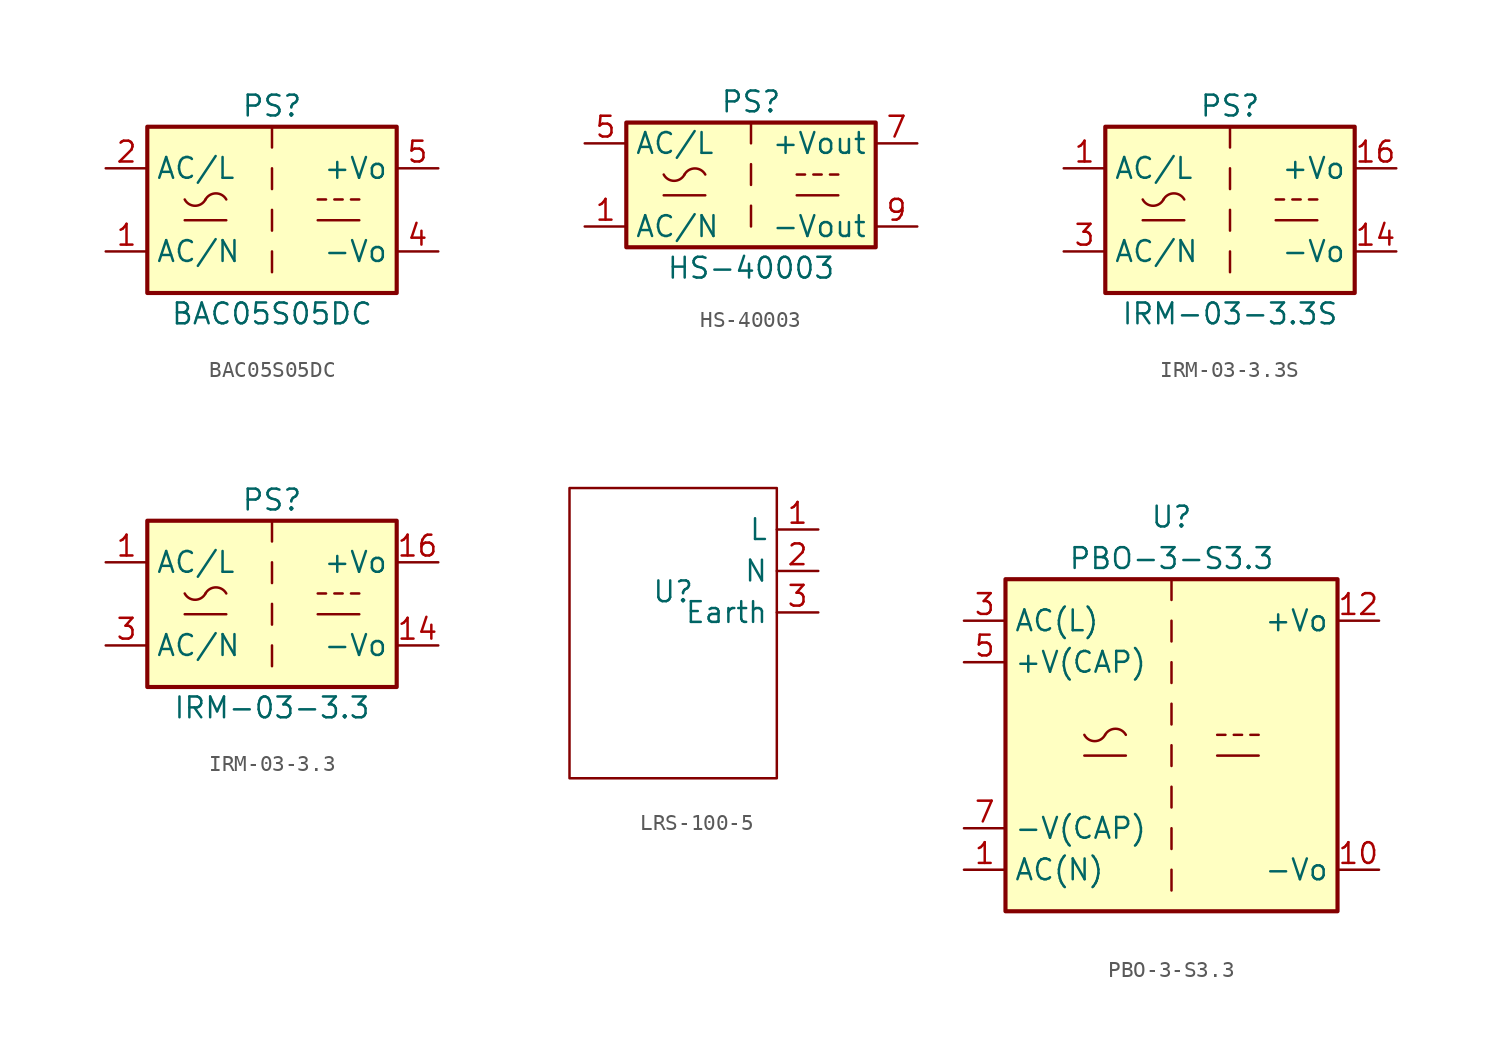
<source format=kicad_sym>
(kicad_symbol_lib
  (version 20220914)
  (generator kicad_symbol_editor)
  (symbol "BAC05S05DC"
    (property "Reference" "PS"
      (at 0 6.35 0)
      (effects (font (size 1.27 1.27))))
    (property "Value" "BAC05S05DC"
      (at 0 -6.35 0)
      (effects (font (size 1.27 1.27))))
    (symbol "BAC05S05DC_0_1"
      (rectangle (start -7.62 5.08) (end 7.62 -5.08) (stroke (width 0.254) (type default)) (fill (type background)))
      (arc (start -5.334 0.635) (mid -4.699 0.2495) (end -4.064 0.635) (stroke (width 0) (type default)) (fill (type none)))
      (arc (start -2.794 0.635) (mid -3.429 1.0072) (end -4.064 0.635) (stroke (width 0) (type default)) (fill (type none)))
      (polyline (pts (xy -5.334 -0.635) (xy -2.794 -0.635)) (stroke (width 0) (type default)) (fill (type none)))
      (polyline (pts (xy 0 -2.54) (xy 0 -3.81)) (stroke (width 0) (type default)) (fill (type none)))
      (polyline (pts (xy 0 0) (xy 0 -1.27)) (stroke (width 0) (type default)) (fill (type none)))
      (polyline (pts (xy 0 2.54) (xy 0 1.27)) (stroke (width 0) (type default)) (fill (type none)))
      (polyline (pts (xy 0 5.08) (xy 0 3.81)) (stroke (width 0) (type default)) (fill (type none)))
      (polyline (pts (xy 2.794 -0.635) (xy 5.334 -0.635)) (stroke (width 0) (type default)) (fill (type none)))
      (polyline (pts (xy 2.794 0.635) (xy 3.302 0.635)) (stroke (width 0) (type default)) (fill (type none)))
      (polyline (pts (xy 3.81 0.635) (xy 4.318 0.635)) (stroke (width 0) (type default)) (fill (type none)))
      (polyline (pts (xy 4.826 0.635) (xy 5.334 0.635)) (stroke (width 0) (type default)) (fill (type none))))
    (symbol "BAC05S05DC_1_1"
      (pin power_in line (at -10.16 -2.54 0) (length 2.54) (name "AC/N" (effects (font (size 1.27 1.27)))) (number "1" (effects (font (size 1.27 1.27)))))
      (pin power_in line (at -10.16 2.54 0) (length 2.54) (name "AC/L" (effects (font (size 1.27 1.27)))) (number "2" (effects (font (size 1.27 1.27)))))
      (pin no_connect line (at 7.62 0 180) (length 2.54) hide (name "NC" (effects (font (size 1.27 1.27)))) (number "3" (effects (font (size 1.27 1.27)))))
      (pin power_out line (at 10.16 -2.54 180) (length 2.54) (name "-Vo" (effects (font (size 1.27 1.27)))) (number "4" (effects (font (size 1.27 1.27)))))
      (pin power_out line (at 10.16 2.54 180) (length 2.54) (name "+Vo" (effects (font (size 1.27 1.27)))) (number "5" (effects (font (size 1.27 1.27)))))))
  (symbol "HS-40003"
    (property "Reference" "PS"
      (at 0 5.08 0)
      (effects (font (size 1.27 1.27))))
    (property "Value" "HS-40003"
      (at 0 -5.08 0)
      (effects (font (size 1.27 1.27))))
    (symbol "HS-40003_0_1"
      (rectangle (start -7.62 3.81) (end 7.62 -3.81) (stroke (width 0.254) (type default)) (fill (type background)))
      (arc (start -5.334 0.635) (mid -4.699 0.2495) (end -4.064 0.635) (stroke (width 0) (type default)) (fill (type none)))
      (arc (start -2.794 0.635) (mid -3.429 1.0072) (end -4.064 0.635) (stroke (width 0) (type default)) (fill (type none)))
      (polyline (pts (xy -5.334 -0.635) (xy -2.794 -0.635)) (stroke (width 0) (type default)) (fill (type none)))
      (polyline (pts (xy 2.794 -0.635) (xy 5.334 -0.635)) (stroke (width 0) (type default)) (fill (type none)))
      (polyline (pts (xy 2.794 0.635) (xy 3.302 0.635)) (stroke (width 0) (type default)) (fill (type none)))
      (polyline (pts (xy 3.81 0.635) (xy 4.318 0.635)) (stroke (width 0) (type default)) (fill (type none)))
      (polyline (pts (xy 4.826 0.635) (xy 5.334 0.635)) (stroke (width 0) (type default)) (fill (type none))))
    (symbol "HS-40003_1_1"
      (polyline (pts (xy 0 -1.27) (xy 0 -2.54)) (stroke (width 0) (type default)) (fill (type none)))
      (polyline (pts (xy 0 1.27) (xy 0 0)) (stroke (width 0) (type default)) (fill (type none)))
      (polyline (pts (xy 0 3.81) (xy 0 2.54)) (stroke (width 0) (type default)) (fill (type none)))
      (pin power_in line (at -10.16 -2.54 0) (length 2.54) (name "AC/N" (effects (font (size 1.27 1.27)))) (number "1" (effects (font (size 1.27 1.27)))))
      (pin power_in line (at -10.16 2.54 0) (length 2.54) (name "AC/L" (effects (font (size 1.27 1.27)))) (number "5" (effects (font (size 1.27 1.27)))))
      (pin power_out line (at 10.16 2.54 180) (length 2.54) (name "+Vout" (effects (font (size 1.27 1.27)))) (number "7" (effects (font (size 1.27 1.27)))))
      (pin power_out line (at 10.16 -2.54 180) (length 2.54) (name "-Vout" (effects (font (size 1.27 1.27)))) (number "9" (effects (font (size 1.27 1.27)))))))
  (symbol "IRM-03-3.3S"
    (property "Reference" "PS"
      (at 0 6.35 0)
      (effects (font (size 1.27 1.27))))
    (property "Value" "IRM-03-3.3S"
      (at 0 -6.35 0)
      (effects (font (size 1.27 1.27))))
    (symbol "IRM-03-3.3S_0_1"
      (rectangle (start -7.62 5.08) (end 7.62 -5.08) (stroke (width 0.254) (type default)) (fill (type background)))
      (arc (start -5.334 0.635) (mid -4.699 0.2495) (end -4.064 0.635) (stroke (width 0) (type default)) (fill (type none)))
      (arc (start -2.794 0.635) (mid -3.429 1.0072) (end -4.064 0.635) (stroke (width 0) (type default)) (fill (type none)))
      (polyline (pts (xy -5.334 -0.635) (xy -2.794 -0.635)) (stroke (width 0) (type default)) (fill (type none)))
      (polyline (pts (xy 0 -2.54) (xy 0 -3.81)) (stroke (width 0) (type default)) (fill (type none)))
      (polyline (pts (xy 0 0) (xy 0 -1.27)) (stroke (width 0) (type default)) (fill (type none)))
      (polyline (pts (xy 0 2.54) (xy 0 1.27)) (stroke (width 0) (type default)) (fill (type none)))
      (polyline (pts (xy 0 5.08) (xy 0 3.81)) (stroke (width 0) (type default)) (fill (type none)))
      (polyline (pts (xy 2.794 -0.635) (xy 5.334 -0.635)) (stroke (width 0) (type default)) (fill (type none)))
      (polyline (pts (xy 2.794 0.635) (xy 3.302 0.635)) (stroke (width 0) (type default)) (fill (type none)))
      (polyline (pts (xy 3.81 0.635) (xy 4.318 0.635)) (stroke (width 0) (type default)) (fill (type none)))
      (polyline (pts (xy 4.826 0.635) (xy 5.334 0.635)) (stroke (width 0) (type default)) (fill (type none))))
    (symbol "IRM-03-3.3S_1_1"
      (pin power_in line (at -10.16 2.54 0) (length 2.54) (name "AC/L" (effects (font (size 1.27 1.27)))) (number "1" (effects (font (size 1.27 1.27)))))
      (pin power_out line (at 10.16 -2.54 180) (length 2.54) (name "-Vo" (effects (font (size 1.27 1.27)))) (number "14" (effects (font (size 1.27 1.27)))))
      (pin power_out line (at 10.16 2.54 180) (length 2.54) (name "+Vo" (effects (font (size 1.27 1.27)))) (number "16" (effects (font (size 1.27 1.27)))))
      (pin power_in line (at -10.16 -2.54 0) (length 2.54) (name "AC/N" (effects (font (size 1.27 1.27)))) (number "3" (effects (font (size 1.27 1.27)))))))
  (symbol "IRM-03-3.3"
    (property "Reference" "PS"
      (at 0 6.35 0)
      (effects (font (size 1.27 1.27))))
    (property "Value" "IRM-03-3.3"
      (at 0 -6.35 0)
      (effects (font (size 1.27 1.27))))
    (symbol "IRM-03-3.3_0_1"
      (rectangle (start -7.62 5.08) (end 7.62 -5.08) (stroke (width 0.254) (type default)) (fill (type background)))
      (arc (start -5.334 0.635) (mid -4.699 0.2495) (end -4.064 0.635) (stroke (width 0) (type default)) (fill (type none)))
      (arc (start -2.794 0.635) (mid -3.429 1.0072) (end -4.064 0.635) (stroke (width 0) (type default)) (fill (type none)))
      (polyline (pts (xy -5.334 -0.635) (xy -2.794 -0.635)) (stroke (width 0) (type default)) (fill (type none)))
      (polyline (pts (xy 0 -2.54) (xy 0 -3.81)) (stroke (width 0) (type default)) (fill (type none)))
      (polyline (pts (xy 0 0) (xy 0 -1.27)) (stroke (width 0) (type default)) (fill (type none)))
      (polyline (pts (xy 0 2.54) (xy 0 1.27)) (stroke (width 0) (type default)) (fill (type none)))
      (polyline (pts (xy 0 5.08) (xy 0 3.81)) (stroke (width 0) (type default)) (fill (type none)))
      (polyline (pts (xy 2.794 -0.635) (xy 5.334 -0.635)) (stroke (width 0) (type default)) (fill (type none)))
      (polyline (pts (xy 2.794 0.635) (xy 3.302 0.635)) (stroke (width 0) (type default)) (fill (type none)))
      (polyline (pts (xy 3.81 0.635) (xy 4.318 0.635)) (stroke (width 0) (type default)) (fill (type none)))
      (polyline (pts (xy 4.826 0.635) (xy 5.334 0.635)) (stroke (width 0) (type default)) (fill (type none))))
    (symbol "IRM-03-3.3_1_1"
      (pin power_in line (at -10.16 2.54 0) (length 2.54) (name "AC/L" (effects (font (size 1.27 1.27)))) (number "1" (effects (font (size 1.27 1.27)))))
      (pin power_out line (at 10.16 -2.54 180) (length 2.54) (name "-Vo" (effects (font (size 1.27 1.27)))) (number "14" (effects (font (size 1.27 1.27)))))
      (pin power_out line (at 10.16 2.54 180) (length 2.54) (name "+Vo" (effects (font (size 1.27 1.27)))) (number "16" (effects (font (size 1.27 1.27)))))
      (pin power_in line (at -10.16 -2.54 0) (length 2.54) (name "AC/N" (effects (font (size 1.27 1.27)))) (number "3" (effects (font (size 1.27 1.27)))))
      (pin no_connect line (at -7.62 0 0) (length 2.54) hide (name "NC" (effects (font (size 1.27 1.27)))) (number "5" (effects (font (size 1.27 1.27)))))))
  (symbol "LRS-100-5"
    (property "Reference" "U"
      (at 0 0 0)
      (effects (font (size 1.27 1.27))))
    (property "Value" ""
      (at 0 0 0)
      (effects (font (size 1.27 1.27))))
    (symbol "LRS-100-5_0_1"
      (rectangle (start -6.35 6.35) (end 6.35 -11.43) (stroke (width 0) (type default)) (fill (type none))))
    (symbol "LRS-100-5_1_1"
      (pin input line (at 8.89 3.81 180) (length 2.54) (name "L" (effects (font (size 1.27 1.27)))) (number "1" (effects (font (size 1.27 1.27)))))
      (pin input line (at 8.89 1.27 180) (length 2.54) (name "N" (effects (font (size 1.27 1.27)))) (number "2" (effects (font (size 1.27 1.27)))))
      (pin input line (at 8.89 -1.27 180) (length 2.54) (name "Earth" (effects (font (size 1.27 1.27)))) (number "3" (effects (font (size 1.27 1.27)))))))
  (symbol "PBO-3-S3.3"
    (property "Reference" "U"
      (at 0 13.97 0)
      (effects (font (size 1.27 1.27))))
    (property "Value" "PBO-3-S3.3"
      (at 0 11.43 0)
      (effects (font (size 1.27 1.27))))
    (symbol "PBO-3-S3.3_1_1"
      (rectangle (start -10.16 10.16) (end 10.16 -10.16) (stroke (width 0.254) (type default)) (fill (type background)))
      (arc (start -5.334 0.635) (mid -4.699 0.2495) (end -4.064 0.635) (stroke (width 0) (type default)) (fill (type none)))
      (arc (start -2.794 0.635) (mid -3.429 1.0072) (end -4.064 0.635) (stroke (width 0) (type default)) (fill (type none)))
      (polyline (pts (xy -5.334 -0.635) (xy -2.794 -0.635)) (stroke (width 0) (type default)) (fill (type none)))
      (polyline (pts (xy 0 -7.62) (xy 0 -8.89)) (stroke (width 0) (type default)) (fill (type none)))
      (polyline (pts (xy 0 -5.08) (xy 0 -6.35)) (stroke (width 0) (type default)) (fill (type none)))
      (polyline (pts (xy 0 -2.54) (xy 0 -3.81)) (stroke (width 0) (type default)) (fill (type none)))
      (polyline (pts (xy 0 0) (xy 0 -1.27)) (stroke (width 0) (type default)) (fill (type none)))
      (polyline (pts (xy 0 2.54) (xy 0 1.27)) (stroke (width 0) (type default)) (fill (type none)))
      (polyline (pts (xy 0 5.08) (xy 0 3.81)) (stroke (width 0) (type default)) (fill (type none)))
      (polyline (pts (xy 0 7.62) (xy 0 6.35)) (stroke (width 0) (type default)) (fill (type none)))
      (polyline (pts (xy 0 10.16) (xy 0 8.89)) (stroke (width 0) (type default)) (fill (type none)))
      (polyline (pts (xy 2.794 -0.635) (xy 5.334 -0.635)) (stroke (width 0) (type default)) (fill (type none)))
      (polyline (pts (xy 2.794 0.635) (xy 3.302 0.635)) (stroke (width 0) (type default)) (fill (type none)))
      (polyline (pts (xy 3.81 0.635) (xy 4.318 0.635)) (stroke (width 0) (type default)) (fill (type none)))
      (polyline (pts (xy 4.826 0.635) (xy 5.334 0.635)) (stroke (width 0) (type default)) (fill (type none)))
      (pin power_in line (at -12.7 -7.62 0) (length 2.54) (name "AC(N)" (effects (font (size 1.27 1.27)))) (number "1" (effects (font (size 1.27 1.27)))))
      (pin power_out line (at 12.7 -7.62 180) (length 2.54) (name "-Vo" (effects (font (size 1.27 1.27)))) (number "10" (effects (font (size 1.27 1.27)))))
      (pin power_out line (at 12.7 7.62 180) (length 2.54) (name "+Vo" (effects (font (size 1.27 1.27)))) (number "12" (effects (font (size 1.27 1.27)))))
      (pin power_in line (at -12.7 7.62 0) (length 2.54) (name "AC(L)" (effects (font (size 1.27 1.27)))) (number "3" (effects (font (size 1.27 1.27)))))
      (pin passive line (at -12.7 5.08 0) (length 2.54) (name "+V(CAP)" (effects (font (size 1.27 1.27)))) (number "5" (effects (font (size 1.27 1.27)))))
      (pin passive line (at -12.7 -5.08 0) (length 2.54) (name "-V(CAP)" (effects (font (size 1.27 1.27)))) (number "7" (effects (font (size 1.27 1.27))))))))
</source>
